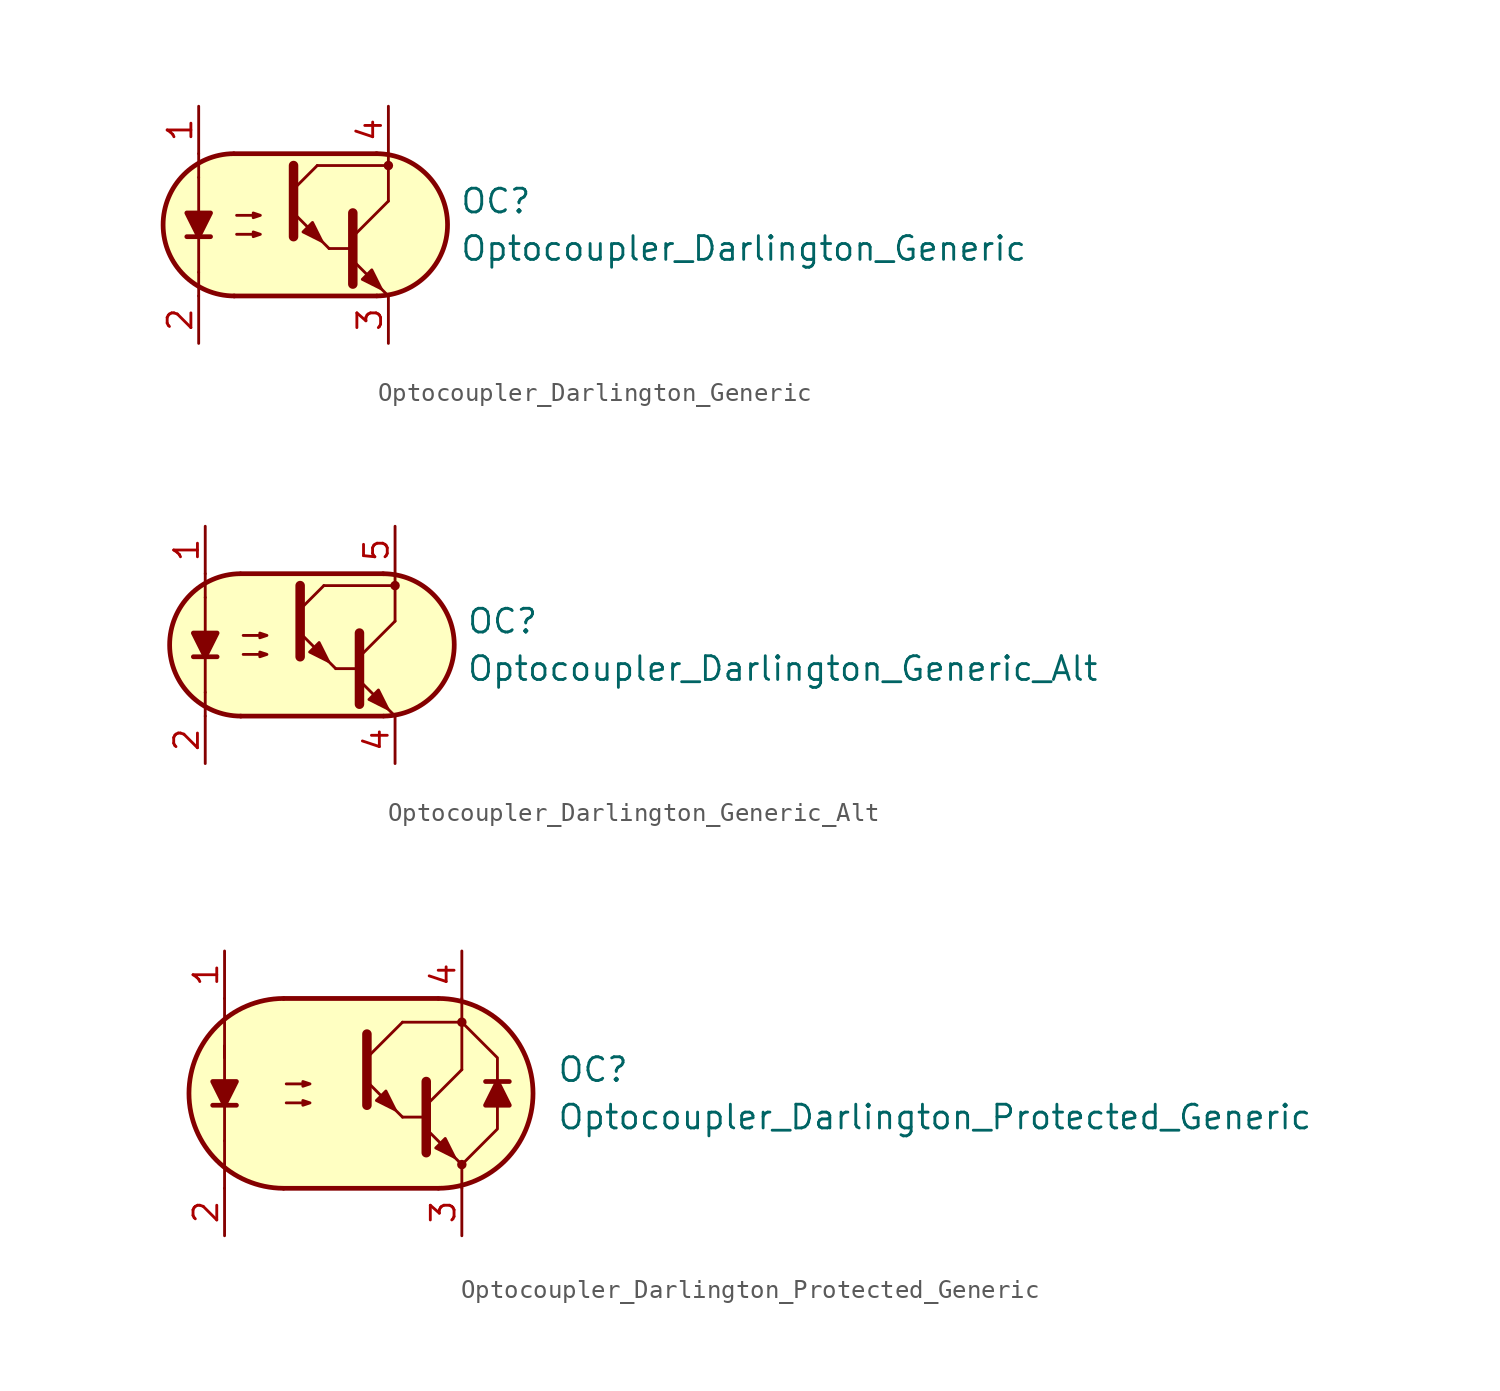
<source format=kicad_sym>
(kicad_symbol_lib
  (version 20231120)
  (generator "kicad_symbol_editor")
  (generator_version "8.0")
  (symbol "Optocoupler_Darlington_Generic"
    (pin_names
      (offset 1.016))
    (property "Reference" "OC"
      (at 8.89 1.27 0)
      (effects (font (size 1.27 1.27)) (justify left)))
    (property "Value" "Optocoupler_Darlington_Generic"
      (at 8.89 -1.27 0)
      (effects (font (size 1.27 1.27)) (justify left)))
    (symbol "Optocoupler_Darlington_Generic_0_1"
      (arc (start -3.2135 3.8099) (mid -6.9851 -0.016) (end -3.1816 -3.8101) (stroke (width 0.254) (type default)) (fill (type none)))
      (polyline (pts (xy -5.08 -2.54) (xy -5.08 -3.81)) (stroke (width 0.152) (type default)) (fill (type none)))
      (polyline (pts (xy -5.08 -2.54) (xy -5.08 2.54)) (stroke (width 0.152) (type default)) (fill (type none)))
      (polyline (pts (xy -5.08 2.54) (xy -5.08 3.81)) (stroke (width 0.152) (type default)) (fill (type none)))
      (polyline (pts (xy -3.175 -3.81) (xy 4.445 -3.81)) (stroke (width 0.254) (type default)) (fill (type none)))
      (polyline (pts (xy 1.27 3.175) (xy 5.08 3.175)) (stroke (width 0.152) (type default)) (fill (type none)))
      (polyline (pts (xy 1.905 -1.27) (xy 3.175 -1.27)) (stroke (width 0) (type default)) (fill (type none)))
      (polyline (pts (xy 3.175 -0.635) (xy 5.08 1.27)) (stroke (width 0) (type default)) (fill (type none)))
      (polyline (pts (xy 4.445 3.81) (xy -3.175 3.81)) (stroke (width 0.254) (type default)) (fill (type none)))
      (polyline (pts (xy 5.08 -3.81) (xy 3.175 -1.905)) (stroke (width 0) (type default)) (fill (type outline)))
      (polyline (pts (xy 5.08 1.27) (xy 5.08 3.81)) (stroke (width 0.152) (type default)) (fill (type none)))
      (polyline (pts (xy 3.175 0.635) (xy 3.175 -3.175) (xy 3.175 -3.175)) (stroke (width 0.508) (type default)) (fill (type none)))
      (polyline (pts (xy -3.048 -0.508) (xy -1.778 -0.508) (xy -2.159 -0.635) (xy -2.159 -0.381) (xy -1.778 -0.508)) (stroke (width 0) (type default)) (fill (type none)))
      (polyline (pts (xy -3.048 0.508) (xy -1.778 0.508) (xy -2.159 0.381) (xy -2.159 0.635) (xy -1.778 0.508)) (stroke (width 0) (type default)) (fill (type none)))
      (polyline (pts (xy 3.683 -2.921) (xy 4.191 -2.413) (xy 4.699 -3.429) (xy 3.683 -2.921) (xy 3.683 -2.921)) (stroke (width 0) (type default)) (fill (type outline)))
      (polyline (pts (xy 4.445 3.81) (xy -2.921 3.81) (xy -3.302 3.81) (xy -3.556 3.81) (xy -4.191 3.683) (xy -4.826 3.429) (xy -5.334 3.175) (xy -6.223 2.286) (xy -6.858 1.016) (xy -6.985 -0.127) (xy -6.731 -1.27) (xy -6.096 -2.413) (xy -5.08 -3.302) (xy -3.556 -3.81) (xy 4.826 -3.81) (xy 5.842 -3.556) (xy 6.858 -2.921) (xy 7.62 -2.159) (xy 8.001 -1.397) (xy 8.255 -0.127) (xy 8.128 0.889) (xy 7.874 1.651) (xy 7.493 2.286) (xy 6.985 2.794) (xy 6.35 3.302) (xy 5.461 3.683) (xy 4.445 3.81)) (stroke (width 0.01) (type default)) (fill (type background)))
      (arc (start 4.4769 -3.81) (mid 8.2485 0.0159) (end 4.445 3.81) (stroke (width 0.254) (type default)) (fill (type none))))
    (symbol "Optocoupler_Darlington_Generic_1_1"
      (polyline (pts (xy -5.715 -0.635) (xy -4.445 -0.635)) (stroke (width 0.254) (type default)) (fill (type none)))
      (polyline (pts (xy 0 1.905) (xy 1.27 3.175)) (stroke (width 0) (type default)) (fill (type none)))
      (polyline (pts (xy 1.905 -1.27) (xy 0 0.635)) (stroke (width 0) (type default)) (fill (type outline)))
      (polyline (pts (xy 0 3.175) (xy 0 -0.635) (xy 0 -0.635)) (stroke (width 0.508) (type default)) (fill (type none)))
      (polyline (pts (xy -5.08 -0.635) (xy -5.715 0.635) (xy -4.445 0.635) (xy -5.08 -0.635)) (stroke (width 0.254) (type default)) (fill (type outline)))
      (polyline (pts (xy 0.508 -0.381) (xy 1.016 0.127) (xy 1.524 -0.889) (xy 0.508 -0.381) (xy 0.508 -0.381)) (stroke (width 0) (type default)) (fill (type outline)))
      (circle (center 5.08 3.175) (radius 0.178) (stroke (width 0) (type default)) (fill (type outline)))
      (pin passive line (at -5.08 6.35 270) (length 2.54) (name "~" (effects (font (size 1.27 1.27)))) (number "1" (effects (font (size 1.27 1.27)))))
      (pin passive line (at -5.08 -6.35 90) (length 2.54) (name "~" (effects (font (size 1.27 1.27)))) (number "2" (effects (font (size 1.27 1.27)))))
      (pin passive line (at 5.08 -6.35 90) (length 2.54) (name "~" (effects (font (size 1.27 1.27)))) (number "3" (effects (font (size 1.27 1.27)))))
      (pin passive line (at 5.08 6.35 270) (length 2.54) (name "~" (effects (font (size 1.27 1.27)))) (number "4" (effects (font (size 1.27 1.27)))))))
  (symbol "Optocoupler_Darlington_Generic_Alt"
    (pin_names
      (offset 1.016))
    (property "Reference" "OC"
      (at 8.89 1.27 0)
      (effects (font (size 1.27 1.27)) (justify left)))
    (property "Value" "Optocoupler_Darlington_Generic_Alt"
      (at 8.89 -1.27 0)
      (effects (font (size 1.27 1.27)) (justify left)))
    (symbol "Optocoupler_Darlington_Generic_Alt_0_1"
      (arc (start -3.2135 3.8099) (mid -6.9851 -0.016) (end -3.1816 -3.8101) (stroke (width 0.254) (type default)) (fill (type none)))
      (polyline (pts (xy -5.08 -2.54) (xy -5.08 -3.81)) (stroke (width 0.152) (type default)) (fill (type none)))
      (polyline (pts (xy -5.08 -2.54) (xy -5.08 2.54)) (stroke (width 0.152) (type default)) (fill (type none)))
      (polyline (pts (xy -5.08 2.54) (xy -5.08 3.81)) (stroke (width 0.152) (type default)) (fill (type none)))
      (polyline (pts (xy -3.175 -3.81) (xy 4.445 -3.81)) (stroke (width 0.254) (type default)) (fill (type none)))
      (polyline (pts (xy 1.27 3.175) (xy 5.08 3.175)) (stroke (width 0.152) (type default)) (fill (type none)))
      (polyline (pts (xy 1.905 -1.27) (xy 3.175 -1.27)) (stroke (width 0) (type default)) (fill (type none)))
      (polyline (pts (xy 3.175 -0.635) (xy 5.08 1.27)) (stroke (width 0) (type default)) (fill (type none)))
      (polyline (pts (xy 4.445 3.81) (xy -3.175 3.81)) (stroke (width 0.254) (type default)) (fill (type none)))
      (polyline (pts (xy 5.08 -3.81) (xy 3.175 -1.905)) (stroke (width 0) (type default)) (fill (type outline)))
      (polyline (pts (xy 5.08 1.27) (xy 5.08 3.81)) (stroke (width 0.152) (type default)) (fill (type none)))
      (polyline (pts (xy 3.175 0.635) (xy 3.175 -3.175) (xy 3.175 -3.175)) (stroke (width 0.508) (type default)) (fill (type none)))
      (polyline (pts (xy -3.048 -0.508) (xy -1.778 -0.508) (xy -2.159 -0.635) (xy -2.159 -0.381) (xy -1.778 -0.508)) (stroke (width 0) (type default)) (fill (type none)))
      (polyline (pts (xy -3.048 0.508) (xy -1.778 0.508) (xy -2.159 0.381) (xy -2.159 0.635) (xy -1.778 0.508)) (stroke (width 0) (type default)) (fill (type none)))
      (polyline (pts (xy 3.683 -2.921) (xy 4.191 -2.413) (xy 4.699 -3.429) (xy 3.683 -2.921) (xy 3.683 -2.921)) (stroke (width 0) (type default)) (fill (type outline)))
      (polyline (pts (xy 4.445 3.81) (xy -2.921 3.81) (xy -3.302 3.81) (xy -3.556 3.81) (xy -4.191 3.683) (xy -4.826 3.429) (xy -5.334 3.175) (xy -6.223 2.286) (xy -6.858 1.016) (xy -6.985 -0.127) (xy -6.731 -1.27) (xy -6.096 -2.413) (xy -5.08 -3.302) (xy -3.556 -3.81) (xy 4.826 -3.81) (xy 5.842 -3.556) (xy 6.858 -2.921) (xy 7.62 -2.159) (xy 8.001 -1.397) (xy 8.255 -0.127) (xy 8.128 0.889) (xy 7.874 1.651) (xy 7.493 2.286) (xy 6.985 2.794) (xy 6.35 3.302) (xy 5.461 3.683) (xy 4.445 3.81)) (stroke (width 0.01) (type default)) (fill (type background)))
      (arc (start 4.4769 -3.81) (mid 8.2485 0.0159) (end 4.445 3.81) (stroke (width 0.254) (type default)) (fill (type none))))
    (symbol "Optocoupler_Darlington_Generic_Alt_1_1"
      (polyline (pts (xy -5.715 -0.635) (xy -4.445 -0.635)) (stroke (width 0.254) (type default)) (fill (type none)))
      (polyline (pts (xy 0 1.905) (xy 1.27 3.175)) (stroke (width 0) (type default)) (fill (type none)))
      (polyline (pts (xy 1.905 -1.27) (xy 0 0.635)) (stroke (width 0) (type default)) (fill (type outline)))
      (polyline (pts (xy 0 3.175) (xy 0 -0.635) (xy 0 -0.635)) (stroke (width 0.508) (type default)) (fill (type none)))
      (polyline (pts (xy -5.08 -0.635) (xy -5.715 0.635) (xy -4.445 0.635) (xy -5.08 -0.635)) (stroke (width 0.254) (type default)) (fill (type outline)))
      (polyline (pts (xy 0.508 -0.381) (xy 1.016 0.127) (xy 1.524 -0.889) (xy 0.508 -0.381) (xy 0.508 -0.381)) (stroke (width 0) (type default)) (fill (type outline)))
      (circle (center 5.08 3.175) (radius 0.178) (stroke (width 0) (type default)) (fill (type outline)))
      (pin passive line (at -5.08 6.35 270) (length 2.54) (name "~" (effects (font (size 1.27 1.27)))) (number "1" (effects (font (size 1.27 1.27)))))
      (pin passive line (at -5.08 -6.35 90) (length 2.54) (name "~" (effects (font (size 1.27 1.27)))) (number "2" (effects (font (size 1.27 1.27)))))
      (pin passive line (at 5.08 -6.35 90) (length 2.54) (name "~" (effects (font (size 1.27 1.27)))) (number "4" (effects (font (size 1.27 1.27)))))
      (pin passive line (at 5.08 6.35 270) (length 2.54) (name "~" (effects (font (size 1.27 1.27)))) (number "5" (effects (font (size 1.27 1.27)))))))
  (symbol "Optocoupler_Darlington_Protected_Generic"
    (pin_names
      (offset 1.016))
    (property "Reference" "OC"
      (at 10.16 1.27 0)
      (effects (font (size 1.27 1.27)) (justify left)))
    (property "Value" "Optocoupler_Darlington_Protected_Generic"
      (at 10.16 -1.27 0)
      (effects (font (size 1.27 1.27)) (justify left)))
    (symbol "Optocoupler_Darlington_Protected_Generic_0_1"
      (arc (start -4.4769 5.08) (mid -9.5251 0) (end -4.4769 -5.08) (stroke (width 0.254) (type default)) (fill (type none)))
      (polyline (pts (xy -7.62 -3.81) (xy -7.62 -5.08)) (stroke (width 0.152) (type default)) (fill (type none)))
      (polyline (pts (xy -7.62 -2.54) (xy -7.62 -3.81)) (stroke (width 0.152) (type default)) (fill (type none)))
      (polyline (pts (xy -7.62 -2.54) (xy -7.62 2.54)) (stroke (width 0.152) (type default)) (fill (type none)))
      (polyline (pts (xy -7.62 1.905) (xy -7.62 2.54)) (stroke (width 0.152) (type default)) (fill (type none)))
      (polyline (pts (xy -7.62 2.54) (xy -7.62 3.81)) (stroke (width 0.152) (type default)) (fill (type none)))
      (polyline (pts (xy -7.62 3.81) (xy -7.62 5.08)) (stroke (width 0.152) (type default)) (fill (type none)))
      (polyline (pts (xy -4.445 -5.08) (xy 3.81 -5.08)) (stroke (width 0.254) (type default)) (fill (type none)))
      (polyline (pts (xy 1.905 -1.27) (xy 3.175 -1.27)) (stroke (width 0) (type default)) (fill (type none)))
      (polyline (pts (xy 1.905 3.81) (xy 5.08 3.81)) (stroke (width 0.152) (type default)) (fill (type none)))
      (polyline (pts (xy 3.175 -0.635) (xy 5.08 1.27)) (stroke (width 0) (type default)) (fill (type none)))
      (polyline (pts (xy 3.81 5.08) (xy -4.445 5.08)) (stroke (width 0.254) (type default)) (fill (type none)))
      (polyline (pts (xy 5.08 -3.81) (xy 3.175 -1.905)) (stroke (width 0) (type default)) (fill (type outline)))
      (polyline (pts (xy 5.08 -3.81) (xy 5.08 -5.08)) (stroke (width 0.152) (type default)) (fill (type none)))
      (polyline (pts (xy 5.08 1.27) (xy 5.08 3.81)) (stroke (width 0.152) (type default)) (fill (type none)))
      (polyline (pts (xy 5.08 3.81) (xy 5.08 5.08)) (stroke (width 0.152) (type default)) (fill (type none)))
      (polyline (pts (xy 7.62 0.635) (xy 6.35 0.635)) (stroke (width 0.254) (type default)) (fill (type none)))
      (polyline (pts (xy 3.175 0.635) (xy 3.175 -3.175) (xy 3.175 -3.175)) (stroke (width 0.508) (type default)) (fill (type none)))
      (polyline (pts (xy 5.08 -3.81) (xy 6.985 -1.905) (xy 6.985 1.905) (xy 5.08 3.81)) (stroke (width 0.152) (type default)) (fill (type none)))
      (polyline (pts (xy 6.985 0.635) (xy 7.62 -0.635) (xy 6.35 -0.635) (xy 6.985 0.635)) (stroke (width 0.254) (type default)) (fill (type outline)))
      (polyline (pts (xy -4.318 -0.508) (xy -3.048 -0.508) (xy -3.429 -0.635) (xy -3.429 -0.381) (xy -3.048 -0.508)) (stroke (width 0) (type default)) (fill (type none)))
      (polyline (pts (xy -4.318 0.508) (xy -3.048 0.508) (xy -3.429 0.381) (xy -3.429 0.635) (xy -3.048 0.508)) (stroke (width 0) (type default)) (fill (type none)))
      (polyline (pts (xy 3.683 -2.921) (xy 4.191 -2.413) (xy 4.699 -3.429) (xy 3.683 -2.921) (xy 3.683 -2.921)) (stroke (width 0) (type default)) (fill (type outline)))
      (polyline (pts (xy -4.445 5.08) (xy -5.588 4.953) (xy -6.604 4.572) (xy -7.874 3.81) (xy -8.763 2.794) (xy -9.271 1.524) (xy -9.525 0) (xy -9.271 -1.524) (xy -8.636 -2.794) (xy -8.128 -3.429) (xy -7.112 -4.318) (xy -6.35 -4.699) (xy -5.461 -4.953) (xy -4.445 -5.08) (xy 3.81 -5.08) (xy 5.08 -4.953) (xy 6.35 -4.445) (xy 7.366 -3.683) (xy 8.128 -2.667) (xy 8.636 -1.651) (xy 8.89 -0.381) (xy 8.89 0.635) (xy 8.636 1.651) (xy 8.001 2.921) (xy 6.858 4.064) (xy 5.715 4.699) (xy 4.445 5.08) (xy 3.81 5.08) (xy -4.445 5.08)) (stroke (width 0.01) (type default)) (fill (type background)))
      (arc (start 3.8419 -5.08) (mid 8.8901 0) (end 3.8419 5.08) (stroke (width 0.254) (type default)) (fill (type none))))
    (symbol "Optocoupler_Darlington_Protected_Generic_1_1"
      (polyline (pts (xy -8.255 -0.635) (xy -6.985 -0.635)) (stroke (width 0.254) (type default)) (fill (type none)))
      (polyline (pts (xy 0 1.905) (xy 1.905 3.81)) (stroke (width 0) (type default)) (fill (type none)))
      (polyline (pts (xy 1.905 -1.27) (xy 0 0.635)) (stroke (width 0) (type default)) (fill (type outline)))
      (polyline (pts (xy 0 3.175) (xy 0 -0.635) (xy 0 -0.635)) (stroke (width 0.508) (type default)) (fill (type none)))
      (polyline (pts (xy -7.62 -0.635) (xy -8.255 0.635) (xy -6.985 0.635) (xy -7.62 -0.635)) (stroke (width 0.254) (type default)) (fill (type outline)))
      (polyline (pts (xy 0.508 -0.381) (xy 1.016 0.127) (xy 1.524 -0.889) (xy 0.508 -0.381) (xy 0.508 -0.381)) (stroke (width 0) (type default)) (fill (type outline)))
      (circle (center 5.08 -3.81) (radius 0.178) (stroke (width 0) (type default)) (fill (type outline)))
      (circle (center 5.08 3.81) (radius 0.178) (stroke (width 0) (type default)) (fill (type outline)))
      (pin passive line (at -7.62 7.62 270) (length 2.54) (name "~" (effects (font (size 1.27 1.27)))) (number "1" (effects (font (size 1.27 1.27)))))
      (pin passive line (at -7.62 -7.62 90) (length 2.54) (name "~" (effects (font (size 1.27 1.27)))) (number "2" (effects (font (size 1.27 1.27)))))
      (pin passive line (at 5.08 -7.62 90) (length 2.54) (name "~" (effects (font (size 1.27 1.27)))) (number "3" (effects (font (size 1.27 1.27)))))
      (pin passive line (at 5.08 7.62 270) (length 2.54) (name "~" (effects (font (size 1.27 1.27)))) (number "4" (effects (font (size 1.27 1.27))))))))
</source>
